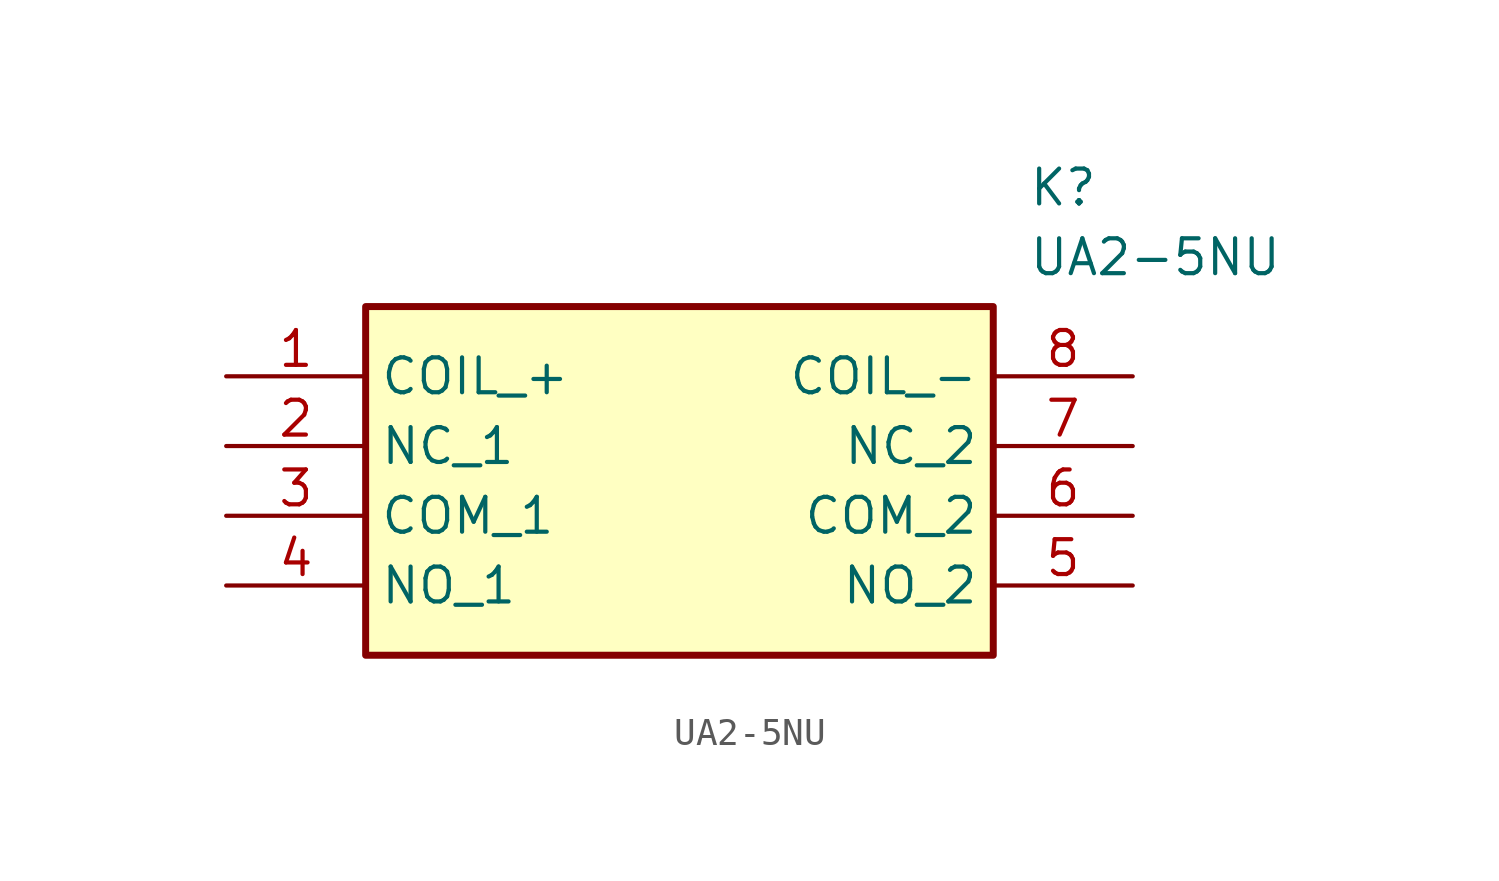
<source format=kicad_sym>
(kicad_symbol_lib
  (version 20211014)
  (generator SamacSys_ECAD_Model)
  (symbol "UA2-5NU"
    (property "Reference" "K"
      (at 29.21 7.62 0)
      (effects (font (size 1.27 1.27)) (justify left top)))
    (property "Value" "UA2-5NU"
      (at 29.21 5.08 0)
      (effects (font (size 1.27 1.27)) (justify left top)))
    (rectangle
      (start 5.08 2.54)
      (end 27.94 -10.16)
      (stroke (width 0.254) (type default))
      (fill (type background)))
    (pin passive line
      (at 0 0 0)
      (length 5.08)
      (name "COIL_+" (effects (font (size 1.27 1.27))))
      (number "1" (effects (font (size 1.27 1.27)))))
    (pin passive line
      (at 0 -2.54 0)
      (length 5.08)
      (name "NC_1" (effects (font (size 1.27 1.27))))
      (number "2" (effects (font (size 1.27 1.27)))))
    (pin passive line
      (at 0 -5.08 0)
      (length 5.08)
      (name "COM_1" (effects (font (size 1.27 1.27))))
      (number "3" (effects (font (size 1.27 1.27)))))
    (pin passive line
      (at 0 -7.62 0)
      (length 5.08)
      (name "NO_1" (effects (font (size 1.27 1.27))))
      (number "4" (effects (font (size 1.27 1.27)))))
    (pin passive line
      (at 33.02 -7.62 180)
      (length 5.08)
      (name "NO_2" (effects (font (size 1.27 1.27))))
      (number "5" (effects (font (size 1.27 1.27)))))
    (pin passive line
      (at 33.02 -5.08 180)
      (length 5.08)
      (name "COM_2" (effects (font (size 1.27 1.27))))
      (number "6" (effects (font (size 1.27 1.27)))))
    (pin passive line
      (at 33.02 -2.54 180)
      (length 5.08)
      (name "NC_2" (effects (font (size 1.27 1.27))))
      (number "7" (effects (font (size 1.27 1.27)))))
    (pin passive line
      (at 33.02 0 180)
      (length 5.08)
      (name "COIL_-" (effects (font (size 1.27 1.27))))
      (number "8" (effects (font (size 1.27 1.27)))))))
</source>
